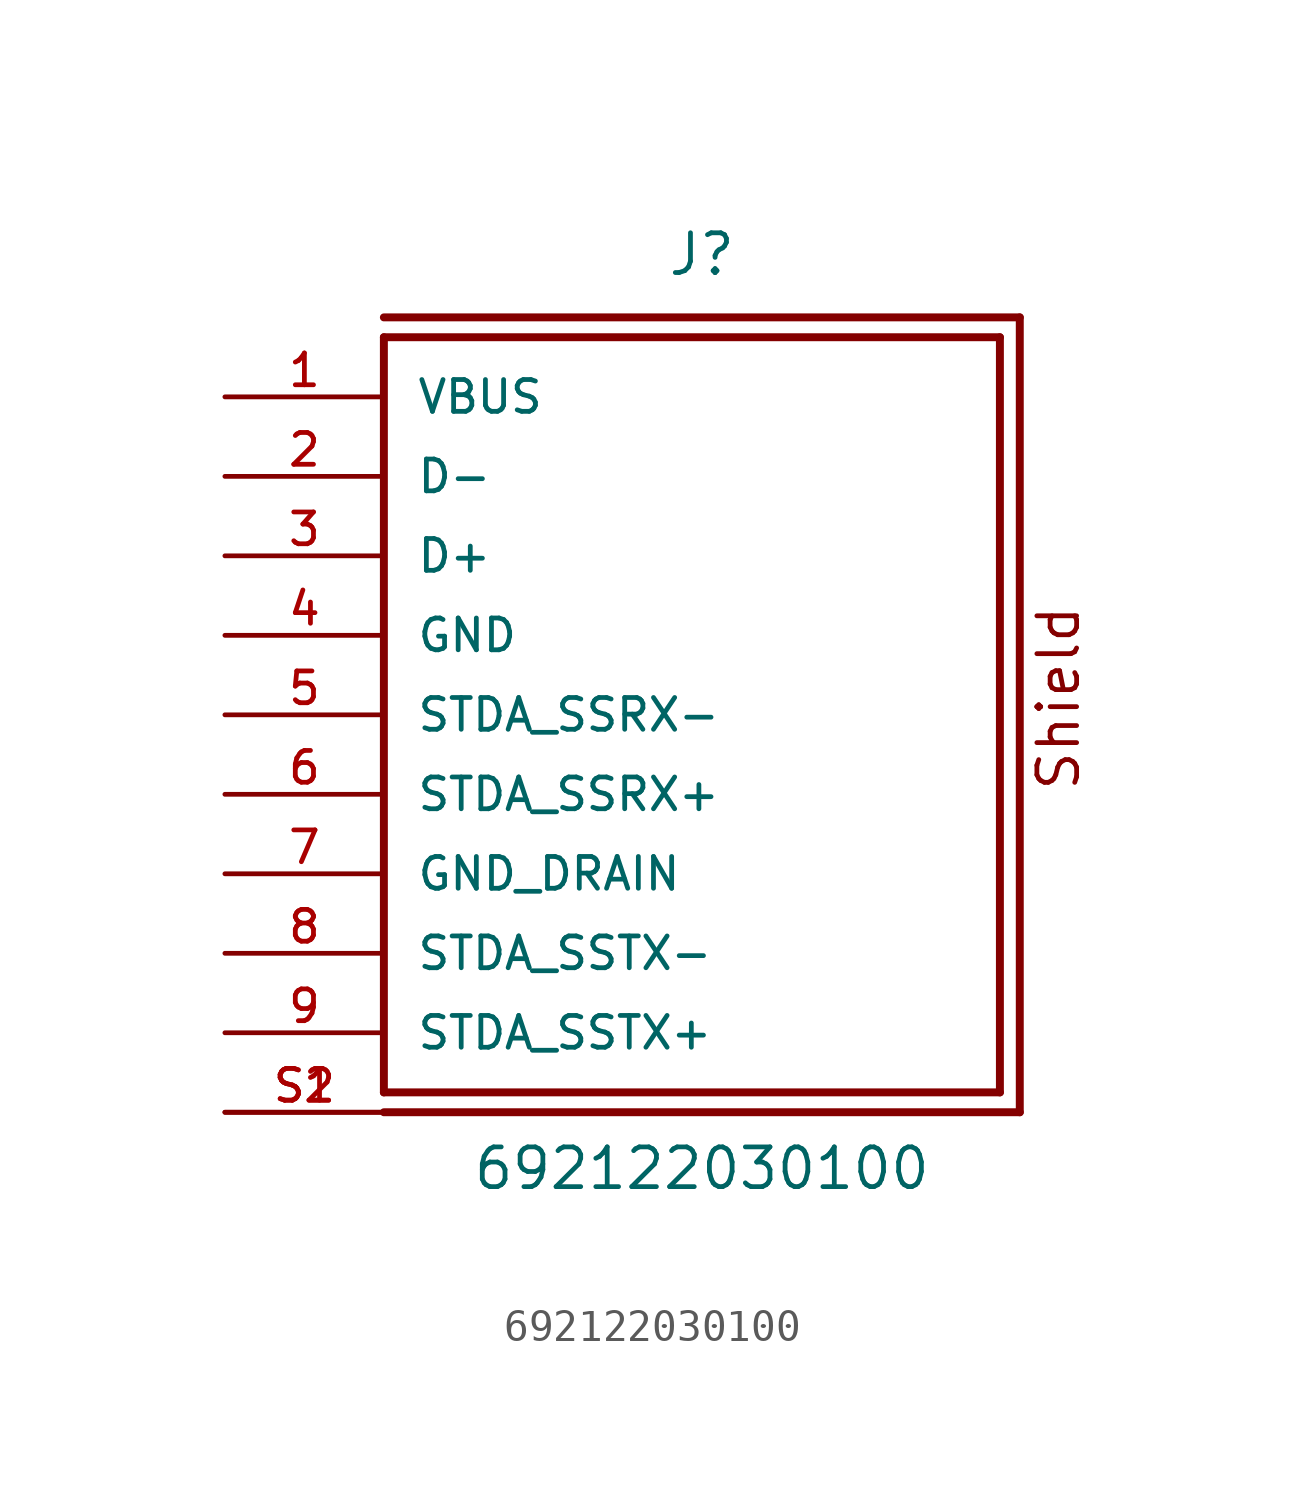
<source format=kicad_sym>
(kicad_symbol_lib
  (version 20211014)
  (generator kicad_symbol_editor)
  (symbol "692122030100"
    (pin_names
      (offset 1.016))
    (property "Reference" "J"
      (at 0.0 13.97 0)
      (effects (font (size 1.27 1.27)) (justify bottom)))
    (property "Value" "692122030100"
      (at 0.0 -15.24 0)
      (effects (font (size 1.27 1.27)) (justify bottom)))
    (symbol "692122030100_0_0"
      (polyline (pts (xy -10.16 12.065) (xy 9.525 12.065)) (stroke (width 0.254)))
      (polyline (pts (xy 9.525 12.065) (xy 9.525 -12.065)) (stroke (width 0.254)))
      (polyline (pts (xy 9.525 -12.065) (xy -10.16 -12.065)) (stroke (width 0.254)))
      (polyline (pts (xy -10.16 -12.065) (xy -10.16 12.065)) (stroke (width 0.254)))
      (polyline (pts (xy 10.16 12.7) (xy 10.16 -12.7)) (stroke (width 0.254)))
      (polyline (pts (xy 10.16 -12.7) (xy -10.16 -12.7)) (stroke (width 0.254)))
      (polyline (pts (xy 10.16 12.7) (xy -10.16 12.7)) (stroke (width 0.254)))
      (text "Shield" (at 12.14 -2.5 900) (effects (font (size 1.27 1.27)) (justify bottom left)))
      (pin passive line (at -15.24 10.16 0) (length 5.08) (name "VBUS" (effects (font (size 1.016 1.016)))) (number "1" (effects (font (size 1.016 1.016)))))
      (pin passive line (at -15.24 7.62 0) (length 5.08) (name "D-" (effects (font (size 1.016 1.016)))) (number "2" (effects (font (size 1.016 1.016)))))
      (pin passive line (at -15.24 5.08 0) (length 5.08) (name "D+" (effects (font (size 1.016 1.016)))) (number "3" (effects (font (size 1.016 1.016)))))
      (pin passive line (at -15.24 2.54 0) (length 5.08) (name "GND" (effects (font (size 1.016 1.016)))) (number "4" (effects (font (size 1.016 1.016)))))
      (pin passive line (at -15.24 0.0 0) (length 5.08) (name "STDA_SSRX-" (effects (font (size 1.016 1.016)))) (number "5" (effects (font (size 1.016 1.016)))))
      (pin passive line (at -15.24 -2.54 0) (length 5.08) (name "STDA_SSRX+" (effects (font (size 1.016 1.016)))) (number "6" (effects (font (size 1.016 1.016)))))
      (pin passive line (at -15.24 -5.08 0) (length 5.08) (name "GND_DRAIN" (effects (font (size 1.016 1.016)))) (number "7" (effects (font (size 1.016 1.016)))))
      (pin passive line (at -15.24 -7.62 0) (length 5.08) (name "STDA_SSTX-" (effects (font (size 1.016 1.016)))) (number "8" (effects (font (size 1.016 1.016)))))
      (pin passive line (at -15.24 -10.16 0) (length 5.08) (name "STDA_SSTX+" (effects (font (size 1.016 1.016)))) (number "9" (effects (font (size 1.016 1.016)))))
      (pin passive line (at -15.24 -12.7 0) (length 5.08) (name "~" (effects (font (size 1.016 1.016)))) (number "S1" (effects (font (size 1.016 1.016)))))
      (pin passive line (at -15.24 -12.7 0) (length 5.08) (name "~" (effects (font (size 1.016 1.016)))) (number "S2" (effects (font (size 1.016 1.016))))))))
</source>
